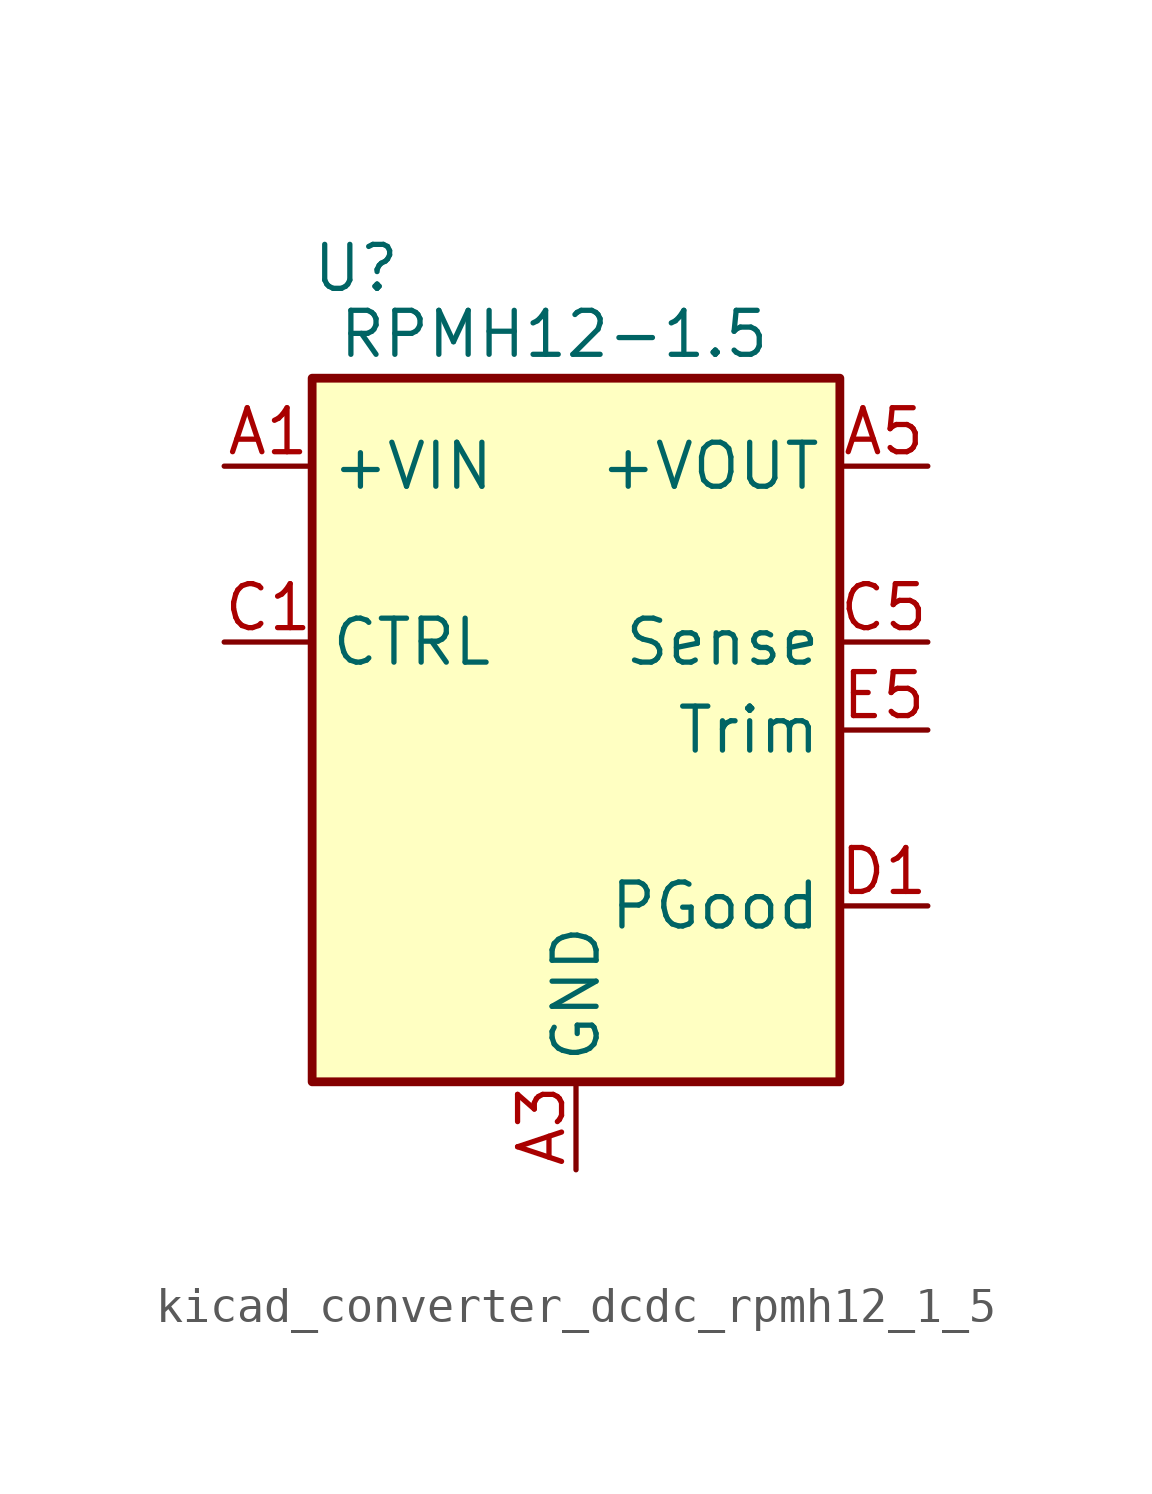
<source format=kicad_sym>
(kicad_symbol_lib
  (version 20220914)
  (generator kicad_symbol_editor)
  (symbol "kicad_converter_dcdc_rpmh12_1_5"
    (property "Reference" "U"
      (at -6.35 13.335 0)
      (effects (font (size 1.27 1.27))))
    (property "Value" "RPMH12-1.5"
      (at -0.635 11.43 0)
      (effects (font (size 1.27 1.27))))
    (symbol "kicad_converter_dcdc_rpmh12_1_5_0_1"
      (rectangle (start -7.62 10.16) (end 7.62 -10.16) (stroke (width 0.254) (type default)) (fill (type background))))
    (symbol "kicad_converter_dcdc_rpmh12_1_5_1_1"
      (pin power_in line (at -10.16 7.62 0) (length 2.54) (name "+VIN" (effects (font (size 1.27 1.27)))) (number "A1" (effects (font (size 1.27 1.27)))))
      (pin passive line (at -10.16 7.62 0) (length 2.54) hide (name "+VIN" (effects (font (size 1.27 1.27)))) (number "A2" (effects (font (size 1.27 1.27)))))
      (pin power_in line (at 0 -12.7 90) (length 2.54) (name "GND" (effects (font (size 1.27 1.27)))) (number "A3" (effects (font (size 1.27 1.27)))))
      (pin passive line (at 0 -12.7 90) (length 2.54) hide (name "GND" (effects (font (size 1.27 1.27)))) (number "A4" (effects (font (size 1.27 1.27)))))
      (pin power_out line (at 10.16 7.62 180) (length 2.54) (name "+VOUT" (effects (font (size 1.27 1.27)))) (number "A5" (effects (font (size 1.27 1.27)))))
      (pin passive line (at 0 -12.7 90) (length 2.54) hide (name "GND" (effects (font (size 1.27 1.27)))) (number "B1" (effects (font (size 1.27 1.27)))))
      (pin passive line (at 0 -12.7 90) (length 2.54) hide (name "GND" (effects (font (size 1.27 1.27)))) (number "B2" (effects (font (size 1.27 1.27)))))
      (pin passive line (at 0 -12.7 90) (length 2.54) hide (name "GND" (effects (font (size 1.27 1.27)))) (number "B3" (effects (font (size 1.27 1.27)))))
      (pin passive line (at 0 -12.7 90) (length 2.54) hide (name "GND" (effects (font (size 1.27 1.27)))) (number "B4" (effects (font (size 1.27 1.27)))))
      (pin passive line (at 10.16 7.62 180) (length 2.54) hide (name "+VOUT" (effects (font (size 1.27 1.27)))) (number "B5" (effects (font (size 1.27 1.27)))))
      (pin input line (at -10.16 2.54 0) (length 2.54) (name "CTRL" (effects (font (size 1.27 1.27)))) (number "C1" (effects (font (size 1.27 1.27)))))
      (pin passive line (at 0 -12.7 90) (length 2.54) hide (name "GND" (effects (font (size 1.27 1.27)))) (number "C2" (effects (font (size 1.27 1.27)))))
      (pin passive line (at 0 -12.7 90) (length 2.54) hide (name "GND" (effects (font (size 1.27 1.27)))) (number "C3" (effects (font (size 1.27 1.27)))))
      (pin passive line (at 0 -12.7 90) (length 2.54) hide (name "GND" (effects (font (size 1.27 1.27)))) (number "C4" (effects (font (size 1.27 1.27)))))
      (pin input line (at 10.16 2.54 180) (length 2.54) (name "Sense" (effects (font (size 1.27 1.27)))) (number "C5" (effects (font (size 1.27 1.27)))))
      (pin output line (at 10.16 -5.08 180) (length 2.54) (name "PGood" (effects (font (size 1.27 1.27)))) (number "D1" (effects (font (size 1.27 1.27)))))
      (pin passive line (at 0 -12.7 90) (length 2.54) hide (name "GND" (effects (font (size 1.27 1.27)))) (number "D2" (effects (font (size 1.27 1.27)))))
      (pin passive line (at 0 -12.7 90) (length 2.54) hide (name "GND" (effects (font (size 1.27 1.27)))) (number "D3" (effects (font (size 1.27 1.27)))))
      (pin passive line (at 0 -12.7 90) (length 2.54) hide (name "GND" (effects (font (size 1.27 1.27)))) (number "D4" (effects (font (size 1.27 1.27)))))
      (pin passive line (at 0 -12.7 90) (length 2.54) hide (name "GND" (effects (font (size 1.27 1.27)))) (number "D5" (effects (font (size 1.27 1.27)))))
      (pin no_connect line (at -7.62 -2.54 0) (length 2.54) hide (name "NC" (effects (font (size 1.27 1.27)))) (number "E1" (effects (font (size 1.27 1.27)))))
      (pin no_connect line (at -7.62 -5.08 0) (length 2.54) hide (name "NC" (effects (font (size 1.27 1.27)))) (number "E2" (effects (font (size 1.27 1.27)))))
      (pin passive line (at 0 -12.7 90) (length 2.54) hide (name "GND" (effects (font (size 1.27 1.27)))) (number "E3" (effects (font (size 1.27 1.27)))))
      (pin passive line (at 0 -12.7 90) (length 2.54) hide (name "GND" (effects (font (size 1.27 1.27)))) (number "E4" (effects (font (size 1.27 1.27)))))
      (pin input line (at 10.16 0 180) (length 2.54) (name "Trim" (effects (font (size 1.27 1.27)))) (number "E5" (effects (font (size 1.27 1.27))))))))
</source>
